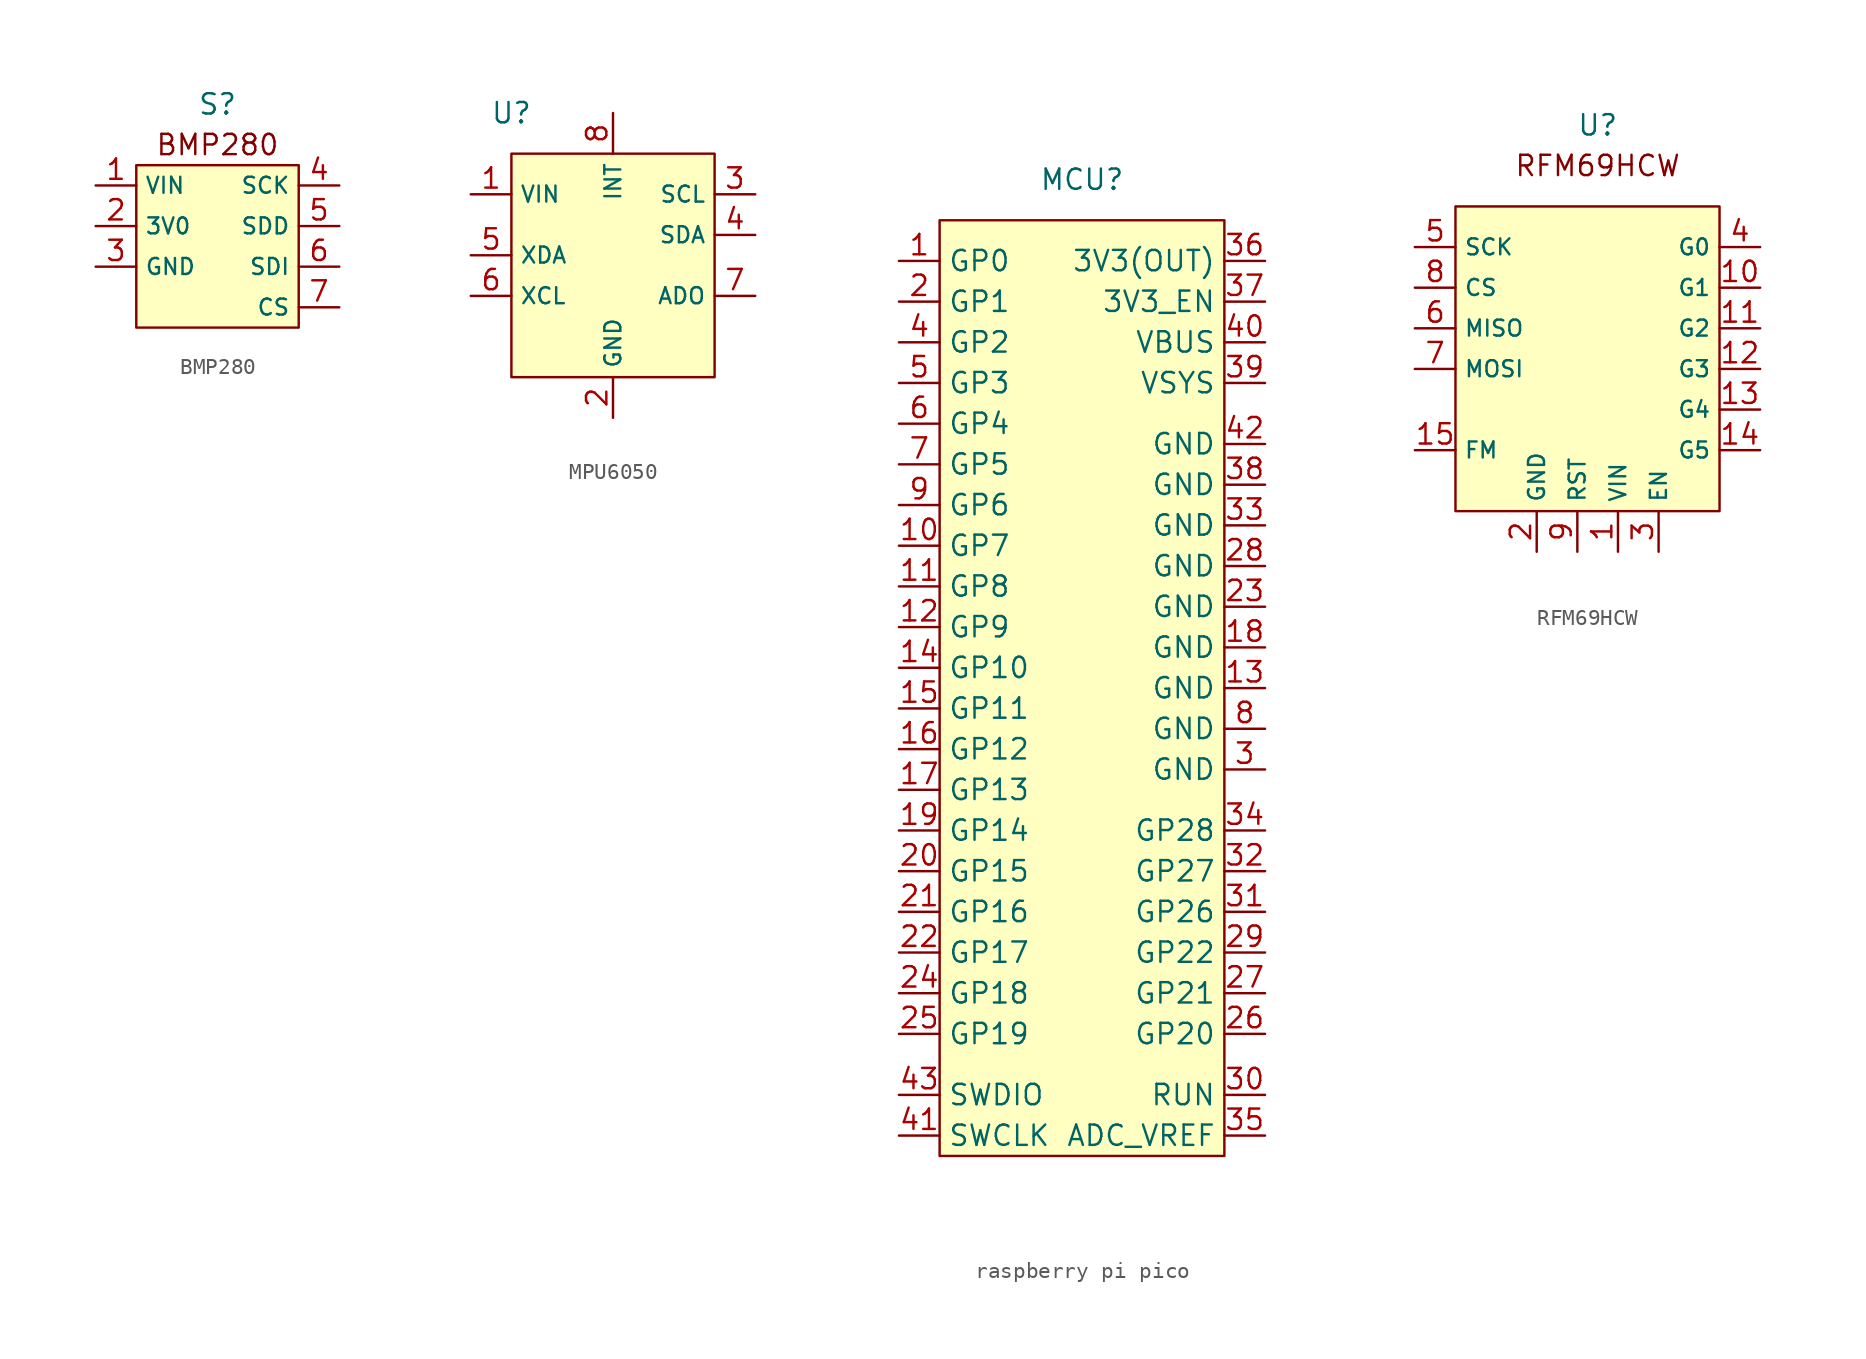
<source format=kicad_sym>
(kicad_symbol_lib
  (version 20220914)
  (generator kicad_symbol_editor)
  (symbol "BMP280"
    (property "Reference" "S"
      (at 5.08 3.81 0)
      (effects (font (size 1.27 1.27))))
    (property "Value" ""
      (at 0 0 0)
      (effects (font (size 1.27 1.27))))
    (symbol "BMP280_1_1"
      (rectangle (start 0 0) (end 10.16 -10.16) (stroke (width 0) (type default)) (fill (type background)))
      (text "BMP280" (at 5.08 1.27 0) (effects (font (size 1.27 1.27))))
      (pin input line (at -2.54 -1.27 0) (length 2.54) (name "VIN" (effects (font (size 1 1)))) (number "1" (effects (font (size 1.27 1.27)))))
      (pin output line (at -2.54 -3.81 0) (length 2.54) (name "3V0" (effects (font (size 1 1)))) (number "2" (effects (font (size 1.27 1.27)))))
      (pin bidirectional line (at -2.54 -6.35 0) (length 2.54) (name "GND" (effects (font (size 1 1)))) (number "3" (effects (font (size 1.27 1.27)))))
      (pin output line (at 12.7 -1.27 180) (length 2.54) (name "SCK" (effects (font (size 1 1)))) (number "4" (effects (font (size 1.27 1.27)))))
      (pin output line (at 12.7 -3.81 180) (length 2.54) (name "SDD" (effects (font (size 1 1)))) (number "5" (effects (font (size 1.27 1.27)))))
      (pin output line (at 12.7 -6.35 180) (length 2.54) (name "SDI" (effects (font (size 1 1)))) (number "6" (effects (font (size 1.27 1.27)))))
      (pin output line (at 12.7 -8.89 180) (length 2.54) (name "CS" (effects (font (size 1 1)))) (number "7" (effects (font (size 1.27 1.27)))))))
  (symbol "MPU6050"
    (property "Reference" "U"
      (at 0 2.54 0)
      (effects (font (size 1.27 1.27))))
    (property "Value" ""
      (at 0 -1.27 0)
      (effects (font (size 1.27 1.27))))
    (symbol "MPU6050_1_1"
      (rectangle (start 0 0) (end 12.7 -13.97) (stroke (width 0) (type default)) (fill (type background)))
      (pin input line (at -2.54 -2.54 0) (length 2.54) (name "VIN" (effects (font (size 1 1)))) (number "1" (effects (font (size 1.27 1.27)))))
      (pin input line (at 6.35 -16.51 90) (length 2.54) (name "GND" (effects (font (size 1 1)))) (number "2" (effects (font (size 1.27 1.27)))))
      (pin input line (at 15.24 -2.54 180) (length 2.54) (name "SCL" (effects (font (size 1 1)))) (number "3" (effects (font (size 1.27 1.27)))))
      (pin input line (at 15.24 -5.08 180) (length 2.54) (name "SDA" (effects (font (size 1 1)))) (number "4" (effects (font (size 1.27 1.27)))))
      (pin input line (at -2.54 -6.35 0) (length 2.54) (name "XDA" (effects (font (size 1 1)))) (number "5" (effects (font (size 1.27 1.27)))))
      (pin input line (at -2.54 -8.89 0) (length 2.54) (name "XCL" (effects (font (size 1 1)))) (number "6" (effects (font (size 1.27 1.27)))))
      (pin input line (at 15.24 -8.89 180) (length 2.54) (name "ADO" (effects (font (size 1 1)))) (number "7" (effects (font (size 1.27 1.27)))))
      (pin input line (at 6.35 2.54 270) (length 2.54) (name "INT" (effects (font (size 1 1)))) (number "8" (effects (font (size 1.27 1.27)))))))
  (symbol "raspberry pi pico"
    (property "Reference" "MCU"
      (at 0 3.81 0)
      (effects (font (size 1.27 1.27))))
    (symbol "raspberry pi pico_1_1"
      (rectangle (start -8.89 1.27) (end 8.89 -57.15) (stroke (width 0) (type default)) (fill (type background)))
      (pin bidirectional line (at -11.43 -1.27 0) (length 2.54) (name "GP0" (effects (font (size 1.27 1.27)))) (number "1" (effects (font (size 1.27 1.27)))))
      (pin bidirectional line (at -11.43 -19.05 0) (length 2.54) (name "GP7" (effects (font (size 1.27 1.27)))) (number "10" (effects (font (size 1.27 1.27)))))
      (pin bidirectional line (at -11.43 -21.59 0) (length 2.54) (name "GP8" (effects (font (size 1.27 1.27)))) (number "11" (effects (font (size 1.27 1.27)))))
      (pin bidirectional line (at -11.43 -24.13 0) (length 2.54) (name "GP9" (effects (font (size 1.27 1.27)))) (number "12" (effects (font (size 1.27 1.27)))))
      (pin bidirectional line (at 11.43 -27.94 180) (length 2.54) (name "GND" (effects (font (size 1.27 1.27)))) (number "13" (effects (font (size 1.27 1.27)))))
      (pin bidirectional line (at -11.43 -26.67 0) (length 2.54) (name "GP10" (effects (font (size 1.27 1.27)))) (number "14" (effects (font (size 1.27 1.27)))))
      (pin bidirectional line (at -11.43 -29.21 0) (length 2.54) (name "GP11" (effects (font (size 1.27 1.27)))) (number "15" (effects (font (size 1.27 1.27)))))
      (pin bidirectional line (at -11.43 -31.75 0) (length 2.54) (name "GP12" (effects (font (size 1.27 1.27)))) (number "16" (effects (font (size 1.27 1.27)))))
      (pin bidirectional line (at -11.43 -34.29 0) (length 2.54) (name "GP13" (effects (font (size 1.27 1.27)))) (number "17" (effects (font (size 1.27 1.27)))))
      (pin bidirectional line (at 11.43 -25.4 180) (length 2.54) (name "GND" (effects (font (size 1.27 1.27)))) (number "18" (effects (font (size 1.27 1.27)))))
      (pin bidirectional line (at -11.43 -36.83 0) (length 2.54) (name "GP14" (effects (font (size 1.27 1.27)))) (number "19" (effects (font (size 1.27 1.27)))))
      (pin bidirectional line (at -11.43 -3.81 0) (length 2.54) (name "GP1" (effects (font (size 1.27 1.27)))) (number "2" (effects (font (size 1.27 1.27)))))
      (pin bidirectional line (at -11.43 -39.37 0) (length 2.54) (name "GP15" (effects (font (size 1.27 1.27)))) (number "20" (effects (font (size 1.27 1.27)))))
      (pin bidirectional line (at -11.43 -41.91 0) (length 2.54) (name "GP16" (effects (font (size 1.27 1.27)))) (number "21" (effects (font (size 1.27 1.27)))))
      (pin bidirectional line (at -11.43 -44.45 0) (length 2.54) (name "GP17" (effects (font (size 1.27 1.27)))) (number "22" (effects (font (size 1.27 1.27)))))
      (pin bidirectional line (at 11.43 -22.86 180) (length 2.54) (name "GND" (effects (font (size 1.27 1.27)))) (number "23" (effects (font (size 1.27 1.27)))))
      (pin bidirectional line (at -11.43 -46.99 0) (length 2.54) (name "GP18" (effects (font (size 1.27 1.27)))) (number "24" (effects (font (size 1.27 1.27)))))
      (pin bidirectional line (at -11.43 -49.53 0) (length 2.54) (name "GP19" (effects (font (size 1.27 1.27)))) (number "25" (effects (font (size 1.27 1.27)))))
      (pin bidirectional line (at 11.43 -49.53 180) (length 2.54) (name "GP20" (effects (font (size 1.27 1.27)))) (number "26" (effects (font (size 1.27 1.27)))))
      (pin bidirectional line (at 11.43 -46.99 180) (length 2.54) (name "GP21" (effects (font (size 1.27 1.27)))) (number "27" (effects (font (size 1.27 1.27)))))
      (pin bidirectional line (at 11.43 -20.32 180) (length 2.54) (name "GND" (effects (font (size 1.27 1.27)))) (number "28" (effects (font (size 1.27 1.27)))))
      (pin bidirectional line (at 11.43 -44.45 180) (length 2.54) (name "GP22" (effects (font (size 1.27 1.27)))) (number "29" (effects (font (size 1.27 1.27)))))
      (pin bidirectional line (at 11.43 -33.02 180) (length 2.54) (name "GND" (effects (font (size 1.27 1.27)))) (number "3" (effects (font (size 1.27 1.27)))))
      (pin bidirectional line (at 11.43 -53.34 180) (length 2.54) (name "RUN" (effects (font (size 1.27 1.27)))) (number "30" (effects (font (size 1.27 1.27)))))
      (pin bidirectional line (at 11.43 -41.91 180) (length 2.54) (name "GP26" (effects (font (size 1.27 1.27)))) (number "31" (effects (font (size 1.27 1.27)))))
      (pin bidirectional line (at 11.43 -39.37 180) (length 2.54) (name "GP27" (effects (font (size 1.27 1.27)))) (number "32" (effects (font (size 1.27 1.27)))))
      (pin bidirectional line (at 11.43 -17.78 180) (length 2.54) (name "GND" (effects (font (size 1.27 1.27)))) (number "33" (effects (font (size 1.27 1.27)))))
      (pin bidirectional line (at 11.43 -36.83 180) (length 2.54) (name "GP28" (effects (font (size 1.27 1.27)))) (number "34" (effects (font (size 1.27 1.27)))))
      (pin bidirectional line (at 11.43 -55.88 180) (length 2.54) (name "ADC_VREF" (effects (font (size 1.27 1.27)))) (number "35" (effects (font (size 1.27 1.27)))))
      (pin bidirectional line (at 11.43 -1.27 180) (length 2.54) (name "3V3(OUT)" (effects (font (size 1.27 1.27)))) (number "36" (effects (font (size 1.27 1.27)))))
      (pin bidirectional line (at 11.43 -3.81 180) (length 2.54) (name "3V3_EN" (effects (font (size 1.27 1.27)))) (number "37" (effects (font (size 1.27 1.27)))))
      (pin bidirectional line (at 11.43 -15.24 180) (length 2.54) (name "GND" (effects (font (size 1.27 1.27)))) (number "38" (effects (font (size 1.27 1.27)))))
      (pin bidirectional line (at 11.43 -8.89 180) (length 2.54) (name "VSYS" (effects (font (size 1.27 1.27)))) (number "39" (effects (font (size 1.27 1.27)))))
      (pin bidirectional line (at -11.43 -6.35 0) (length 2.54) (name "GP2" (effects (font (size 1.27 1.27)))) (number "4" (effects (font (size 1.27 1.27)))))
      (pin bidirectional line (at 11.43 -6.35 180) (length 2.54) (name "VBUS" (effects (font (size 1.27 1.27)))) (number "40" (effects (font (size 1.27 1.27)))))
      (pin bidirectional line (at -11.43 -55.88 0) (length 2.54) (name "SWCLK" (effects (font (size 1.27 1.27)))) (number "41" (effects (font (size 1.27 1.27)))))
      (pin bidirectional line (at 11.43 -12.7 180) (length 2.54) (name "GND" (effects (font (size 1.27 1.27)))) (number "42" (effects (font (size 1.27 1.27)))))
      (pin bidirectional line (at -11.43 -53.34 0) (length 2.54) (name "SWDIO" (effects (font (size 1.27 1.27)))) (number "43" (effects (font (size 1.27 1.27)))))
      (pin bidirectional line (at -11.43 -8.89 0) (length 2.54) (name "GP3" (effects (font (size 1.27 1.27)))) (number "5" (effects (font (size 1.27 1.27)))))
      (pin bidirectional line (at -11.43 -11.43 0) (length 2.54) (name "GP4" (effects (font (size 1.27 1.27)))) (number "6" (effects (font (size 1.27 1.27)))))
      (pin bidirectional line (at -11.43 -13.97 0) (length 2.54) (name "GP5" (effects (font (size 1.27 1.27)))) (number "7" (effects (font (size 1.27 1.27)))))
      (pin bidirectional line (at 11.43 -30.48 180) (length 2.54) (name "GND" (effects (font (size 1.27 1.27)))) (number "8" (effects (font (size 1.27 1.27)))))
      (pin bidirectional line (at -11.43 -16.51 0) (length 2.54) (name "GP6" (effects (font (size 1.27 1.27)))) (number "9" (effects (font (size 1.27 1.27)))))))
  (symbol "RFM69HCW"
    (property "Reference" "U"
      (at 8.89 5.08 0)
      (effects (font (size 1.27 1.27))))
    (property "Value" ""
      (at 0 0 0)
      (effects (font (size 1.27 1.27))))
    (symbol "RFM69HCW_1_1"
      (rectangle (start 0 0) (end 16.51 -19.05) (stroke (width 0) (type default)) (fill (type background)))
      (text "RFM69HCW" (at 8.89 2.54 0) (effects (font (size 1.27 1.27))))
      (pin input line (at 10.16 -21.59 90) (length 2.54) (name "VIN" (effects (font (size 1 1)))) (number "1" (effects (font (size 1.27 1.27)))))
      (pin input line (at 19.05 -5.08 180) (length 2.54) (name "G1" (effects (font (size 1 1)))) (number "10" (effects (font (size 1.27 1.27)))))
      (pin input line (at 19.05 -7.62 180) (length 2.54) (name "G2" (effects (font (size 1 1)))) (number "11" (effects (font (size 1.27 1.27)))))
      (pin input line (at 19.05 -10.16 180) (length 2.54) (name "G3" (effects (font (size 1 1)))) (number "12" (effects (font (size 1.27 1.27)))))
      (pin input line (at 19.05 -12.7 180) (length 2.54) (name "G4" (effects (font (size 1 1)))) (number "13" (effects (font (size 1.27 1.27)))))
      (pin input line (at 19.05 -15.24 180) (length 2.54) (name "G5" (effects (font (size 1 1)))) (number "14" (effects (font (size 1.27 1.27)))))
      (pin output line (at -2.54 -15.24 0) (length 2.54) (name "FM" (effects (font (size 1 1)))) (number "15" (effects (font (size 1.27 1.27)))))
      (pin bidirectional line (at 5.08 -21.59 90) (length 2.54) (name "GND" (effects (font (size 1 1)))) (number "2" (effects (font (size 1.27 1.27)))))
      (pin input line (at 12.7 -21.59 90) (length 2.54) (name "EN" (effects (font (size 1 1)))) (number "3" (effects (font (size 1.27 1.27)))))
      (pin input line (at 19.05 -2.54 180) (length 2.54) (name "G0" (effects (font (size 1 1)))) (number "4" (effects (font (size 1.27 1.27)))))
      (pin input line (at -2.54 -2.54 0) (length 2.54) (name "SCK" (effects (font (size 1 1)))) (number "5" (effects (font (size 1.27 1.27)))))
      (pin input line (at -2.54 -7.62 0) (length 2.54) (name "MISO" (effects (font (size 1 1)))) (number "6" (effects (font (size 1.27 1.27)))))
      (pin input line (at -2.54 -10.16 0) (length 2.54) (name "MOSI" (effects (font (size 1 1)))) (number "7" (effects (font (size 1.27 1.27)))))
      (pin input line (at -2.54 -5.08 0) (length 2.54) (name "CS" (effects (font (size 1 1)))) (number "8" (effects (font (size 1.27 1.27)))))
      (pin input line (at 7.62 -21.59 90) (length 2.54) (name "RST" (effects (font (size 1 1)))) (number "9" (effects (font (size 1.27 1.27))))))))
</source>
